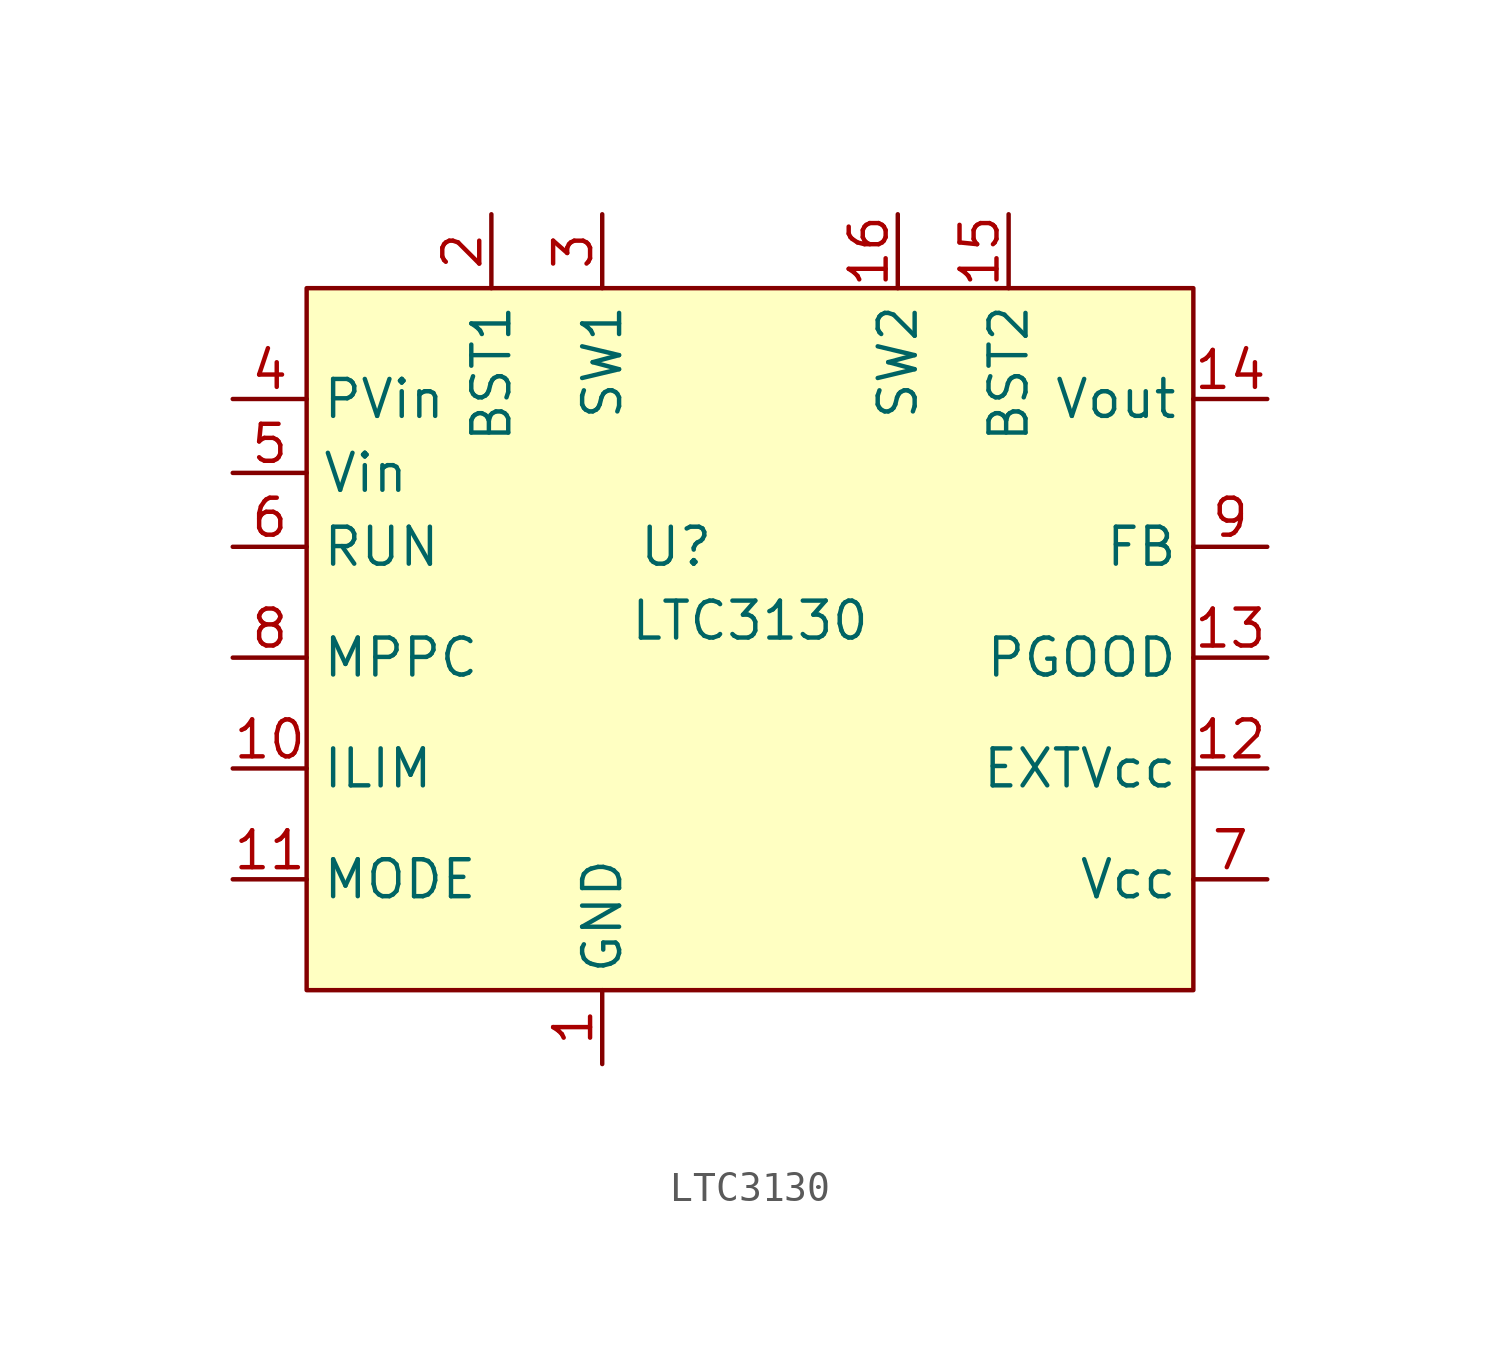
<source format=kicad_sym>
(kicad_symbol_lib
  (version 20211014)
  (generator kicad_symbol_editor)
  (symbol "LTC3130"
    (property "Reference" "U"
      (at -2.54 2.54 0)
      (effects (font (size 1.27 1.27))))
    (property "Value" "LTC3130"
      (at 0 0 0)
      (effects (font (size 1.27 1.27))))
    (symbol "LTC3130_0_1"
      (rectangle (start -15.24 11.43) (end 15.24 -12.7) (stroke (width 0) (type default) (color 0 0 0 0)) (fill (type background))))
    (symbol "LTC3130_1_1"
      (pin power_in line (at -5.08 -15.24 90) (length 2.54) (name "GND" (effects (font (size 1.27 1.27)))) (number "1" (effects (font (size 1.27 1.27)))))
      (pin input line (at -17.78 -5.08 0) (length 2.54) (name "ILIM" (effects (font (size 1.27 1.27)))) (number "10" (effects (font (size 1.27 1.27)))))
      (pin input line (at -17.78 -8.89 0) (length 2.54) (name "MODE" (effects (font (size 1.27 1.27)))) (number "11" (effects (font (size 1.27 1.27)))))
      (pin power_in line (at 17.78 -5.08 180) (length 2.54) (name "EXTVcc" (effects (font (size 1.27 1.27)))) (number "12" (effects (font (size 1.27 1.27)))))
      (pin open_collector line (at 17.78 -1.27 180) (length 2.54) (name "PGOOD" (effects (font (size 1.27 1.27)))) (number "13" (effects (font (size 1.27 1.27)))))
      (pin power_out line (at 17.78 7.62 180) (length 2.54) (name "Vout" (effects (font (size 1.27 1.27)))) (number "14" (effects (font (size 1.27 1.27)))))
      (pin passive line (at 8.89 13.97 270) (length 2.54) (name "BST2" (effects (font (size 1.27 1.27)))) (number "15" (effects (font (size 1.27 1.27)))))
      (pin passive line (at 5.08 13.97 270) (length 2.54) (name "SW2" (effects (font (size 1.27 1.27)))) (number "16" (effects (font (size 1.27 1.27)))))
      (pin power_in line (at -5.08 -15.24 90) (length 2.54) hide (name "GND" (effects (font (size 1.27 1.27)))) (number "17" (effects (font (size 1.27 1.27)))))
      (pin passive line (at -8.89 13.97 270) (length 2.54) (name "BST1" (effects (font (size 1.27 1.27)))) (number "2" (effects (font (size 1.27 1.27)))))
      (pin passive line (at -5.08 13.97 270) (length 2.54) (name "SW1" (effects (font (size 1.27 1.27)))) (number "3" (effects (font (size 1.27 1.27)))))
      (pin power_in line (at -17.78 7.62 0) (length 2.54) (name "PVin" (effects (font (size 1.27 1.27)))) (number "4" (effects (font (size 1.27 1.27)))))
      (pin power_in line (at -17.78 5.08 0) (length 2.54) (name "Vin" (effects (font (size 1.27 1.27)))) (number "5" (effects (font (size 1.27 1.27)))))
      (pin input line (at -17.78 2.54 0) (length 2.54) (name "RUN" (effects (font (size 1.27 1.27)))) (number "6" (effects (font (size 1.27 1.27)))))
      (pin power_out line (at 17.78 -8.89 180) (length 2.54) (name "Vcc" (effects (font (size 1.27 1.27)))) (number "7" (effects (font (size 1.27 1.27)))))
      (pin input line (at -17.78 -1.27 0) (length 2.54) (name "MPPC" (effects (font (size 1.27 1.27)))) (number "8" (effects (font (size 1.27 1.27)))))
      (pin passive line (at 17.78 2.54 180) (length 2.54) (name "FB" (effects (font (size 1.27 1.27)))) (number "9" (effects (font (size 1.27 1.27))))))))
</source>
